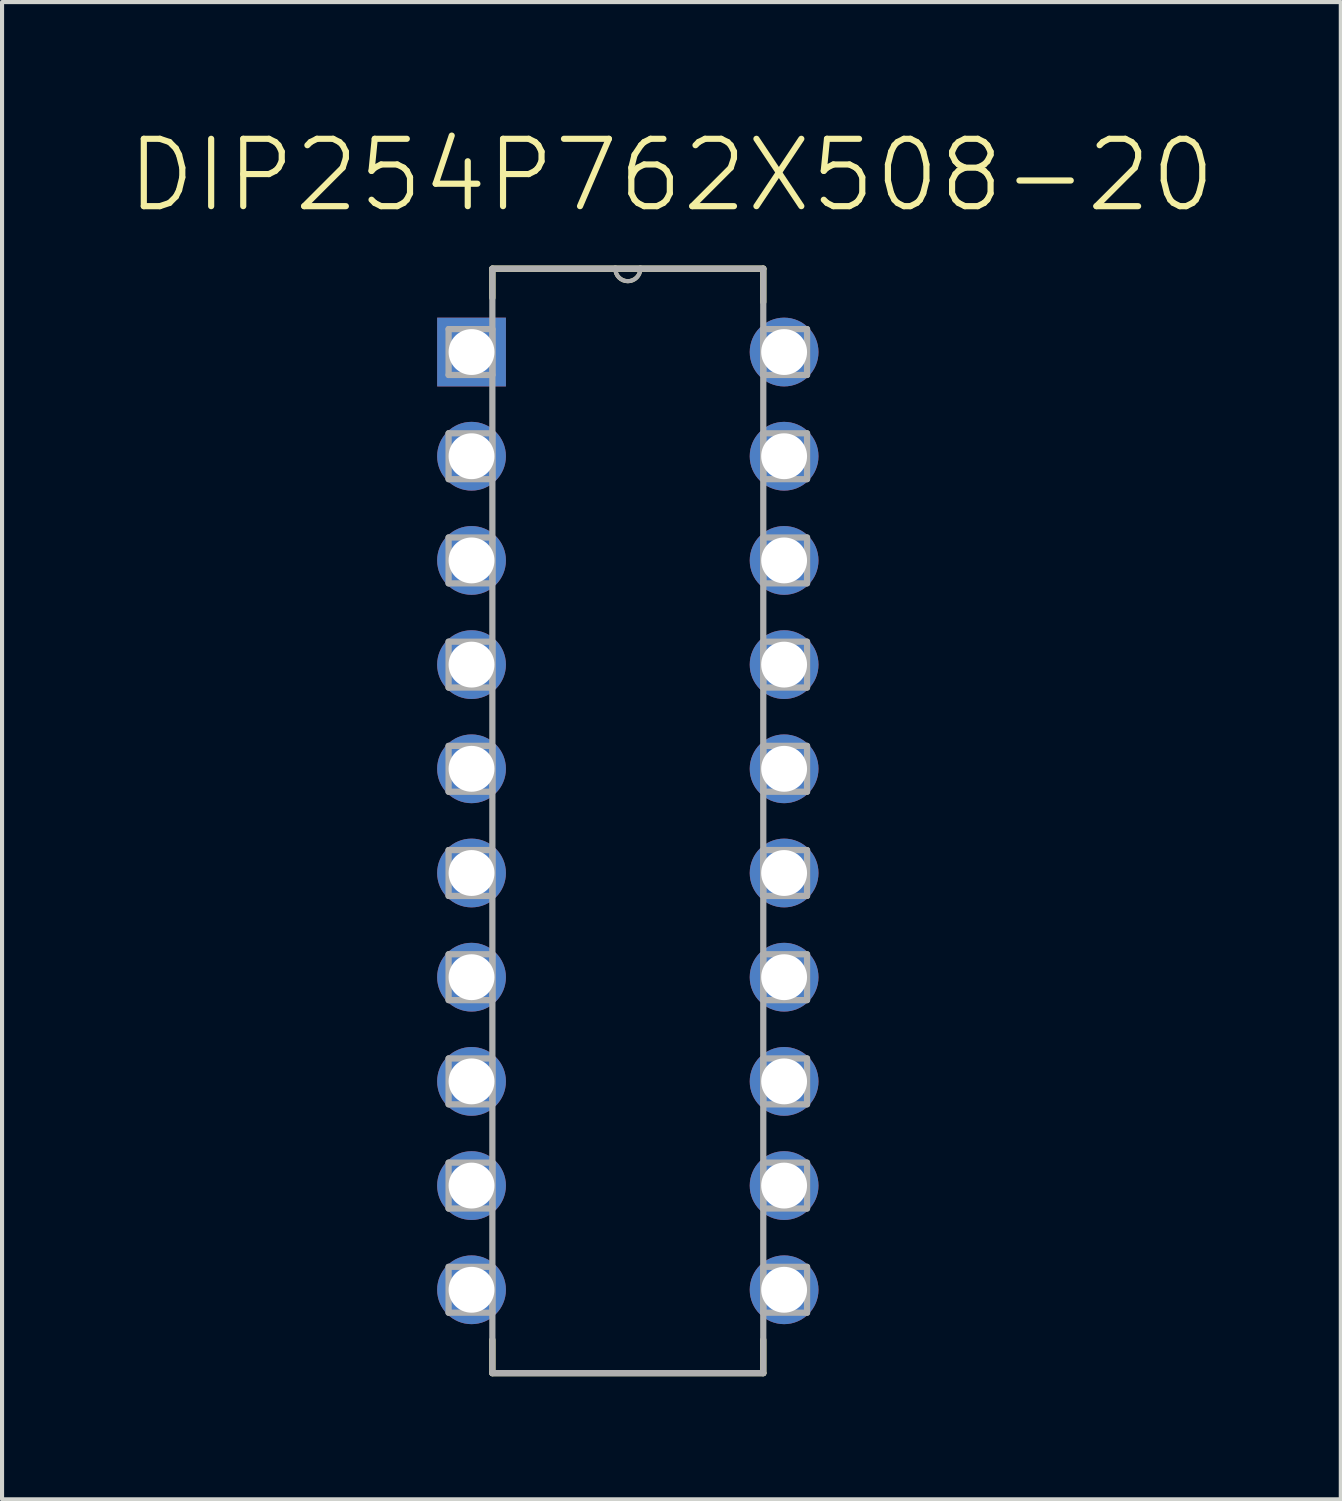
<source format=kicad_pcb>
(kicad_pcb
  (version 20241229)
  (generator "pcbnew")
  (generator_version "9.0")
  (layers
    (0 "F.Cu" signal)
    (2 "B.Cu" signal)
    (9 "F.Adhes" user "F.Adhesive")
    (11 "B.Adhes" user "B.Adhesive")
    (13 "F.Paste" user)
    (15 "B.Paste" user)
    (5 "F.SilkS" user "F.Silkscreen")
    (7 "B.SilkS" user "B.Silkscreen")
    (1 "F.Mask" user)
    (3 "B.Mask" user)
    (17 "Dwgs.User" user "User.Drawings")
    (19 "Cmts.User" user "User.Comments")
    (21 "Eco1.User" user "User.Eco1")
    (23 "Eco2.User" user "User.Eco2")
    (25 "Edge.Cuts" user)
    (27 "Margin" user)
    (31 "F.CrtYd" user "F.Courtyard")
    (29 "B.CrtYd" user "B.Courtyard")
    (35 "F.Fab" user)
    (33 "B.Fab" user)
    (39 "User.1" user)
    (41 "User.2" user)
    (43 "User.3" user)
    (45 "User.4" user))
  (footprint "DIP254P762X508-20"
    (layer "F.Cu")
    (at 16.065 28.392)
    (property "Reference" "DIP254P762X508-20" (at -2.747 -27.168 0) (layer "F.SilkS") (effects (font (size 1.642 1.642) (thickness 0.15))))
    (attr through_hole)
    (fp_line (start -7.112 -24.892) (end -7.112 -24.181) (stroke (width 0.152) (type solid)) (layer "F.SilkS"))
    (fp_line (start -7.112 1.219) (end -7.112 2.032) (stroke (width 0.152) (type solid)) (layer "F.SilkS"))
    (fp_line (start -7.112 2.032) (end -0.508 2.032) (stroke (width 0.152) (type solid)) (layer "F.SilkS"))
    (fp_line (start -4.115 -24.892) (end -7.112 -24.892) (stroke (width 0.152) (type solid)) (layer "F.SilkS"))
    (fp_line (start -3.505 -24.892) (end -4.115 -24.892) (stroke (width 0.152) (type solid)) (layer "F.SilkS"))
    (fp_line (start -0.508 -24.892) (end -3.505 -24.892) (stroke (width 0.152) (type solid)) (layer "F.SilkS"))
    (fp_line (start -0.508 -24.079) (end -0.508 -24.892) (stroke (width 0.152) (type solid)) (layer "F.SilkS"))
    (fp_line (start -0.508 2.032) (end -0.508 1.219) (stroke (width 0.152) (type solid)) (layer "F.SilkS"))
    (fp_arc (start -3.5052 -24.892) (mid -3.81 -24.5872) (end -4.1148 -24.892) (stroke (width 0.1) (type solid)) (layer "F.SilkS"))
    (fp_line (start -8.179 -23.419) (end -8.179 -22.301) (stroke (width 0.152) (type solid)) (layer "F.Fab"))
    (fp_line (start -8.179 -22.301) (end -7.112 -22.301) (stroke (width 0.152) (type solid)) (layer "F.Fab"))
    (fp_line (start -8.179 -20.879) (end -8.179 -19.761) (stroke (width 0.152) (type solid)) (layer "F.Fab"))
    (fp_line (start -8.179 -19.761) (end -7.112 -19.761) (stroke (width 0.152) (type solid)) (layer "F.Fab"))
    (fp_line (start -8.179 -18.339) (end -8.179 -17.221) (stroke (width 0.152) (type solid)) (layer "F.Fab"))
    (fp_line (start -8.179 -17.221) (end -7.112 -17.221) (stroke (width 0.152) (type solid)) (layer "F.Fab"))
    (fp_line (start -8.179 -15.799) (end -8.179 -14.681) (stroke (width 0.152) (type solid)) (layer "F.Fab"))
    (fp_line (start -8.179 -14.681) (end -7.112 -14.681) (stroke (width 0.152) (type solid)) (layer "F.Fab"))
    (fp_line (start -8.179 -13.259) (end -8.179 -12.141) (stroke (width 0.152) (type solid)) (layer "F.Fab"))
    (fp_line (start -8.179 -12.141) (end -7.112 -12.141) (stroke (width 0.152) (type solid)) (layer "F.Fab"))
    (fp_line (start -8.179 -10.719) (end -8.179 -9.601) (stroke (width 0.152) (type solid)) (layer "F.Fab"))
    (fp_line (start -8.179 -9.601) (end -7.112 -9.601) (stroke (width 0.152) (type solid)) (layer "F.Fab"))
    (fp_line (start -8.179 -8.179) (end -8.179 -7.061) (stroke (width 0.152) (type solid)) (layer "F.Fab"))
    (fp_line (start -8.179 -7.061) (end -7.112 -7.061) (stroke (width 0.152) (type solid)) (layer "F.Fab"))
    (fp_line (start -8.179 -5.639) (end -8.179 -4.521) (stroke (width 0.152) (type solid)) (layer "F.Fab"))
    (fp_line (start -8.179 -4.521) (end -7.112 -4.521) (stroke (width 0.152) (type solid)) (layer "F.Fab"))
    (fp_line (start -8.179 -3.099) (end -8.179 -1.981) (stroke (width 0.152) (type solid)) (layer "F.Fab"))
    (fp_line (start -8.179 -1.981) (end -7.112 -1.981) (stroke (width 0.152) (type solid)) (layer "F.Fab"))
    (fp_line (start -8.179 -0.559) (end -8.179 0.559) (stroke (width 0.152) (type solid)) (layer "F.Fab"))
    (fp_line (start -8.179 0.559) (end -7.112 0.559) (stroke (width 0.152) (type solid)) (layer "F.Fab"))
    (fp_line (start -7.112 -24.892) (end -7.112 2.032) (stroke (width 0.152) (type solid)) (layer "F.Fab"))
    (fp_line (start -7.112 -23.419) (end -8.179 -23.419) (stroke (width 0.152) (type solid)) (layer "F.Fab"))
    (fp_line (start -7.112 -22.301) (end -7.112 -23.419) (stroke (width 0.152) (type solid)) (layer "F.Fab"))
    (fp_line (start -7.112 -20.879) (end -8.179 -20.879) (stroke (width 0.152) (type solid)) (layer "F.Fab"))
    (fp_line (start -7.112 -19.761) (end -7.112 -20.879) (stroke (width 0.152) (type solid)) (layer "F.Fab"))
    (fp_line (start -7.112 -18.339) (end -8.179 -18.339) (stroke (width 0.152) (type solid)) (layer "F.Fab"))
    (fp_line (start -7.112 -17.221) (end -7.112 -18.339) (stroke (width 0.152) (type solid)) (layer "F.Fab"))
    (fp_line (start -7.112 -15.799) (end -8.179 -15.799) (stroke (width 0.152) (type solid)) (layer "F.Fab"))
    (fp_line (start -7.112 -14.681) (end -7.112 -15.799) (stroke (width 0.152) (type solid)) (layer "F.Fab"))
    (fp_line (start -7.112 -13.259) (end -8.179 -13.259) (stroke (width 0.152) (type solid)) (layer "F.Fab"))
    (fp_line (start -7.112 -12.141) (end -7.112 -13.259) (stroke (width 0.152) (type solid)) (layer "F.Fab"))
    (fp_line (start -7.112 -10.719) (end -8.179 -10.719) (stroke (width 0.152) (type solid)) (layer "F.Fab"))
    (fp_line (start -7.112 -9.601) (end -7.112 -10.719) (stroke (width 0.152) (type solid)) (layer "F.Fab"))
    (fp_line (start -7.112 -8.179) (end -8.179 -8.179) (stroke (width 0.152) (type solid)) (layer "F.Fab"))
    (fp_line (start -7.112 -7.061) (end -7.112 -8.179) (stroke (width 0.152) (type solid)) (layer "F.Fab"))
    (fp_line (start -7.112 -5.639) (end -8.179 -5.639) (stroke (width 0.152) (type solid)) (layer "F.Fab"))
    (fp_line (start -7.112 -4.521) (end -7.112 -5.639) (stroke (width 0.152) (type solid)) (layer "F.Fab"))
    (fp_line (start -7.112 -3.099) (end -8.179 -3.099) (stroke (width 0.152) (type solid)) (layer "F.Fab"))
    (fp_line (start -7.112 -1.981) (end -7.112 -3.099) (stroke (width 0.152) (type solid)) (layer "F.Fab"))
    (fp_line (start -7.112 -0.559) (end -8.179 -0.559) (stroke (width 0.152) (type solid)) (layer "F.Fab"))
    (fp_line (start -7.112 0.559) (end -7.112 -0.559) (stroke (width 0.152) (type solid)) (layer "F.Fab"))
    (fp_line (start -7.112 2.032) (end -0.508 2.032) (stroke (width 0.152) (type solid)) (layer "F.Fab"))
    (fp_line (start -4.115 -24.892) (end -7.112 -24.892) (stroke (width 0.152) (type solid)) (layer "F.Fab"))
    (fp_line (start -3.505 -24.892) (end -4.115 -24.892) (stroke (width 0.152) (type solid)) (layer "F.Fab"))
    (fp_line (start -0.508 -24.892) (end -3.505 -24.892) (stroke (width 0.152) (type solid)) (layer "F.Fab"))
    (fp_line (start -0.508 -23.419) (end -0.508 -22.301) (stroke (width 0.152) (type solid)) (layer "F.Fab"))
    (fp_line (start -0.508 -22.301) (end 0.559 -22.301) (stroke (width 0.152) (type solid)) (layer "F.Fab"))
    (fp_line (start -0.508 -20.879) (end -0.508 -19.761) (stroke (width 0.152) (type solid)) (layer "F.Fab"))
    (fp_line (start -0.508 -19.761) (end 0.559 -19.761) (stroke (width 0.152) (type solid)) (layer "F.Fab"))
    (fp_line (start -0.508 -18.339) (end -0.508 -17.221) (stroke (width 0.152) (type solid)) (layer "F.Fab"))
    (fp_line (start -0.508 -17.221) (end 0.559 -17.221) (stroke (width 0.152) (type solid)) (layer "F.Fab"))
    (fp_line (start -0.508 -15.799) (end -0.508 -14.681) (stroke (width 0.152) (type solid)) (layer "F.Fab"))
    (fp_line (start -0.508 -14.681) (end 0.559 -14.681) (stroke (width 0.152) (type solid)) (layer "F.Fab"))
    (fp_line (start -0.508 -13.259) (end -0.508 -12.141) (stroke (width 0.152) (type solid)) (layer "F.Fab"))
    (fp_line (start -0.508 -12.141) (end 0.559 -12.141) (stroke (width 0.152) (type solid)) (layer "F.Fab"))
    (fp_line (start -0.508 -10.719) (end -0.508 -9.601) (stroke (width 0.152) (type solid)) (layer "F.Fab"))
    (fp_line (start -0.508 -9.601) (end 0.559 -9.601) (stroke (width 0.152) (type solid)) (layer "F.Fab"))
    (fp_line (start -0.508 -8.179) (end -0.508 -7.061) (stroke (width 0.152) (type solid)) (layer "F.Fab"))
    (fp_line (start -0.508 -7.061) (end 0.559 -7.061) (stroke (width 0.152) (type solid)) (layer "F.Fab"))
    (fp_line (start -0.508 -5.639) (end -0.508 -4.521) (stroke (width 0.152) (type solid)) (layer "F.Fab"))
    (fp_line (start -0.508 -4.521) (end 0.559 -4.521) (stroke (width 0.152) (type solid)) (layer "F.Fab"))
    (fp_line (start -0.508 -3.099) (end -0.508 -1.981) (stroke (width 0.152) (type solid)) (layer "F.Fab"))
    (fp_line (start -0.508 -1.981) (end 0.559 -1.981) (stroke (width 0.152) (type solid)) (layer "F.Fab"))
    (fp_line (start -0.508 -0.559) (end -0.508 0.559) (stroke (width 0.152) (type solid)) (layer "F.Fab"))
    (fp_line (start -0.508 0.559) (end 0.559 0.559) (stroke (width 0.152) (type solid)) (layer "F.Fab"))
    (fp_line (start -0.508 2.032) (end -0.508 -24.892) (stroke (width 0.152) (type solid)) (layer "F.Fab"))
    (fp_line (start 0.559 -23.419) (end -0.508 -23.419) (stroke (width 0.152) (type solid)) (layer "F.Fab"))
    (fp_line (start 0.559 -22.301) (end 0.559 -23.419) (stroke (width 0.152) (type solid)) (layer "F.Fab"))
    (fp_line (start 0.559 -20.879) (end -0.508 -20.879) (stroke (width 0.152) (type solid)) (layer "F.Fab"))
    (fp_line (start 0.559 -19.761) (end 0.559 -20.879) (stroke (width 0.152) (type solid)) (layer "F.Fab"))
    (fp_line (start 0.559 -18.339) (end -0.508 -18.339) (stroke (width 0.152) (type solid)) (layer "F.Fab"))
    (fp_line (start 0.559 -17.221) (end 0.559 -18.339) (stroke (width 0.152) (type solid)) (layer "F.Fab"))
    (fp_line (start 0.559 -15.799) (end -0.508 -15.799) (stroke (width 0.152) (type solid)) (layer "F.Fab"))
    (fp_line (start 0.559 -14.681) (end 0.559 -15.799) (stroke (width 0.152) (type solid)) (layer "F.Fab"))
    (fp_line (start 0.559 -13.259) (end -0.508 -13.259) (stroke (width 0.152) (type solid)) (layer "F.Fab"))
    (fp_line (start 0.559 -12.141) (end 0.559 -13.259) (stroke (width 0.152) (type solid)) (layer "F.Fab"))
    (fp_line (start 0.559 -10.719) (end -0.508 -10.719) (stroke (width 0.152) (type solid)) (layer "F.Fab"))
    (fp_line (start 0.559 -9.601) (end 0.559 -10.719) (stroke (width 0.152) (type solid)) (layer "F.Fab"))
    (fp_line (start 0.559 -8.179) (end -0.508 -8.179) (stroke (width 0.152) (type solid)) (layer "F.Fab"))
    (fp_line (start 0.559 -7.061) (end 0.559 -8.179) (stroke (width 0.152) (type solid)) (layer "F.Fab"))
    (fp_line (start 0.559 -5.639) (end -0.508 -5.639) (stroke (width 0.152) (type solid)) (layer "F.Fab"))
    (fp_line (start 0.559 -4.521) (end 0.559 -5.639) (stroke (width 0.152) (type solid)) (layer "F.Fab"))
    (fp_line (start 0.559 -3.099) (end -0.508 -3.099) (stroke (width 0.152) (type solid)) (layer "F.Fab"))
    (fp_line (start 0.559 -1.981) (end 0.559 -3.099) (stroke (width 0.152) (type solid)) (layer "F.Fab"))
    (fp_line (start 0.559 -0.559) (end -0.508 -0.559) (stroke (width 0.152) (type solid)) (layer "F.Fab"))
    (fp_line (start 0.559 0.559) (end 0.559 -0.559) (stroke (width 0.152) (type solid)) (layer "F.Fab"))
    (fp_arc (start -3.5052 -24.892) (mid -3.81 -24.5872) (end -4.1148 -24.892) (stroke (width 0.1) (type solid)) (layer "F.Fab"))
    (pad "1" thru_hole rect (at -7.62 -22.86) (size 1.676 1.676) (drill 1.118) (layers "*.Cu" "*.Mask"))
    (pad "2" thru_hole circle (at -7.62 -20.32) (size 1.676 1.676) (drill 1.118) (layers "*.Cu" "*.Mask"))
    (pad "3" thru_hole circle (at -7.62 -17.78) (size 1.676 1.676) (drill 1.118) (layers "*.Cu" "*.Mask"))
    (pad "4" thru_hole circle (at -7.62 -15.24) (size 1.676 1.676) (drill 1.118) (layers "*.Cu" "*.Mask"))
    (pad "5" thru_hole circle (at -7.62 -12.7) (size 1.676 1.676) (drill 1.118) (layers "*.Cu" "*.Mask"))
    (pad "6" thru_hole circle (at -7.62 -10.16) (size 1.676 1.676) (drill 1.118) (layers "*.Cu" "*.Mask"))
    (pad "7" thru_hole circle (at -7.62 -7.62) (size 1.676 1.676) (drill 1.118) (layers "*.Cu" "*.Mask"))
    (pad "8" thru_hole circle (at -7.62 -5.08) (size 1.676 1.676) (drill 1.118) (layers "*.Cu" "*.Mask"))
    (pad "9" thru_hole circle (at -7.62 -2.54) (size 1.676 1.676) (drill 1.118) (layers "*.Cu" "*.Mask"))
    (pad "10" thru_hole circle (at -7.62 0) (size 1.676 1.676) (drill 1.118) (layers "*.Cu" "*.Mask"))
    (pad "11" thru_hole circle (at 0 0) (size 1.676 1.676) (drill 1.118) (layers "*.Cu" "*.Mask"))
    (pad "12" thru_hole circle (at 0 -2.54) (size 1.676 1.676) (drill 1.118) (layers "*.Cu" "*.Mask"))
    (pad "13" thru_hole circle (at 0 -5.08) (size 1.676 1.676) (drill 1.118) (layers "*.Cu" "*.Mask"))
    (pad "14" thru_hole circle (at 0 -7.62) (size 1.676 1.676) (drill 1.118) (layers "*.Cu" "*.Mask"))
    (pad "15" thru_hole circle (at 0 -10.16) (size 1.676 1.676) (drill 1.118) (layers "*.Cu" "*.Mask"))
    (pad "16" thru_hole circle (at 0 -12.7) (size 1.676 1.676) (drill 1.118) (layers "*.Cu" "*.Mask"))
    (pad "17" thru_hole circle (at 0 -15.24) (size 1.676 1.676) (drill 1.118) (layers "*.Cu" "*.Mask"))
    (pad "18" thru_hole circle (at 0 -17.78) (size 1.676 1.676) (drill 1.118) (layers "*.Cu" "*.Mask"))
    (pad "19" thru_hole circle (at 0 -20.32) (size 1.676 1.676) (drill 1.118) (layers "*.Cu" "*.Mask"))
    (pad "20" thru_hole circle (at 0 -22.86) (size 1.676 1.676) (drill 1.118) (layers "*.Cu" "*.Mask")))
  (gr_rect
    (start -3 -3)
    (end 29.636 33.5)
    (stroke (width 0.1) (type default))
    (fill no)
    (layer "Edge.Cuts")))
</source>
